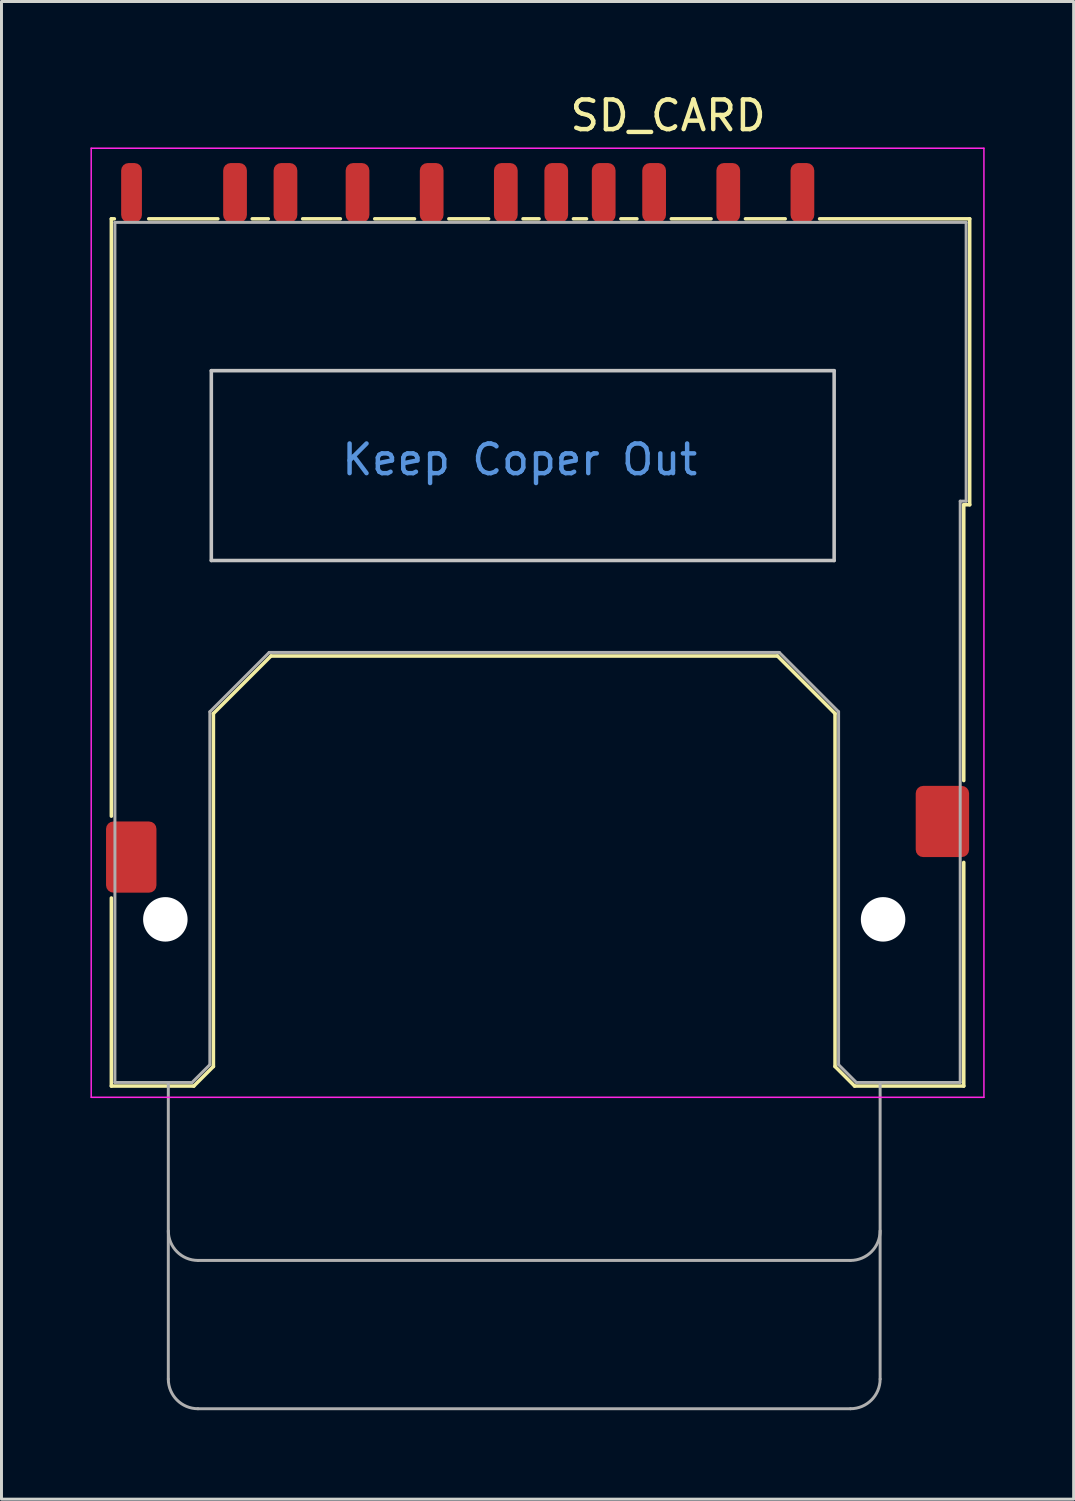
<source format=kicad_pcb>
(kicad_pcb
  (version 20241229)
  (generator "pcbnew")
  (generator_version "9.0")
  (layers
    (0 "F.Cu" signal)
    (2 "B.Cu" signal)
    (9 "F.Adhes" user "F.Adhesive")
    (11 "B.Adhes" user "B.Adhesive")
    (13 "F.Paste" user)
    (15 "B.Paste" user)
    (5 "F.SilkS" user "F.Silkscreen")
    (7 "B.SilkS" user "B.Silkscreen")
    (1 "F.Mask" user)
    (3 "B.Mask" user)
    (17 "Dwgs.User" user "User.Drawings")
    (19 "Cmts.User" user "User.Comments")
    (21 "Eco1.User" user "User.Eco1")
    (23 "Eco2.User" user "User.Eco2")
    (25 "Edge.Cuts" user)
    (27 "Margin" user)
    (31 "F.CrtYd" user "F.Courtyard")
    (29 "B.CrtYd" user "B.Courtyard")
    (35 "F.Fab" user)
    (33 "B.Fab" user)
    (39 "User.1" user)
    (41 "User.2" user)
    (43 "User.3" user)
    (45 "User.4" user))
  (footprint "SD_CARD"
    (layer "F.Cu")
    (at 21.475 3.448)
    (property "Reference" "SD_CARD" (at -2 -2.6 0) (layer "F.SilkS") (effects (font (size 1 1) (thickness 0.15))))
    (attr through_hole)
    (fp_line (start -20.77 0.88) (end -20.77 21.02) (stroke (width 0.12) (type solid)) (layer "F.SilkS"))
    (fp_line (start -20.77 23.78) (end -20.77 30.12) (stroke (width 0.12) (type solid)) (layer "F.SilkS"))
    (fp_line (start -20.77 30.12) (end -17.99 30.12) (stroke (width 0.12) (type solid)) (layer "F.SilkS"))
    (fp_line (start -20.67 0.88) (end -20.77 0.88) (stroke (width 0.12) (type solid)) (layer "F.SilkS"))
    (fp_line (start -17.33 29.46) (end -17.99 30.12) (stroke (width 0.12) (type solid)) (layer "F.SilkS"))
    (fp_line (start -17.33 29.46) (end -17.33 17.56) (stroke (width 0.12) (type solid)) (layer "F.SilkS"))
    (fp_line (start -17.18 0.88) (end -19.51 0.88) (stroke (width 0.12) (type solid)) (layer "F.SilkS"))
    (fp_line (start -15.48 0.88) (end -16.02 0.88) (stroke (width 0.12) (type solid)) (layer "F.SilkS"))
    (fp_line (start -15.39 15.62) (end -17.33 17.56) (stroke (width 0.12) (type solid)) (layer "F.SilkS"))
    (fp_line (start -15.39 15.62) (end 1.69 15.62) (stroke (width 0.12) (type solid)) (layer "F.SilkS"))
    (fp_line (start -13.05 0.88) (end -14.32 0.88) (stroke (width 0.12) (type solid)) (layer "F.SilkS"))
    (fp_line (start -10.55 0.88) (end -11.89 0.88) (stroke (width 0.12) (type solid)) (layer "F.SilkS"))
    (fp_line (start -8.05 0.88) (end -9.39 0.88) (stroke (width 0.12) (type solid)) (layer "F.SilkS"))
    (fp_line (start -6.35 0.88) (end -6.89 0.88) (stroke (width 0.12) (type solid)) (layer "F.SilkS"))
    (fp_line (start -4.75 0.88) (end -5.19 0.88) (stroke (width 0.12) (type solid)) (layer "F.SilkS"))
    (fp_line (start -3.05 0.88) (end -3.59 0.88) (stroke (width 0.12) (type solid)) (layer "F.SilkS"))
    (fp_line (start -0.55 0.88) (end -1.89 0.88) (stroke (width 0.12) (type solid)) (layer "F.SilkS"))
    (fp_line (start 1.69 15.62) (end 3.63 17.56) (stroke (width 0.12) (type solid)) (layer "F.SilkS"))
    (fp_line (start 1.95 0.88) (end 0.61 0.88) (stroke (width 0.12) (type solid)) (layer "F.SilkS"))
    (fp_line (start 3.63 29.46) (end 3.63 17.56) (stroke (width 0.12) (type solid)) (layer "F.SilkS"))
    (fp_line (start 3.63 29.46) (end 4.29 30.12) (stroke (width 0.12) (type solid)) (layer "F.SilkS"))
    (fp_line (start 7.97 10.52) (end 7.97 19.82) (stroke (width 0.12) (type solid)) (layer "F.SilkS"))
    (fp_line (start 7.97 10.52) (end 8.17 10.52) (stroke (width 0.12) (type solid)) (layer "F.SilkS"))
    (fp_line (start 7.97 22.58) (end 7.97 30.12) (stroke (width 0.12) (type solid)) (layer "F.SilkS"))
    (fp_line (start 7.97 30.12) (end 4.29 30.12) (stroke (width 0.12) (type solid)) (layer "F.SilkS"))
    (fp_line (start 8.17 0.88) (end 3.11 0.88) (stroke (width 0.12) (type solid)) (layer "F.SilkS"))
    (fp_line (start 8.17 10.52) (end 8.17 0.88) (stroke (width 0.12) (type solid)) (layer "F.SilkS"))
    (fp_line (start -17.4 6) (end 3.6 6) (stroke (width 0.12) (type solid)) (layer "Dwgs.User"))
    (fp_line (start -17.4 12.4) (end -17.4 6) (stroke (width 0.12) (type solid)) (layer "Dwgs.User"))
    (fp_line (start 3.6 6) (end 3.6 12.4) (stroke (width 0.12) (type solid)) (layer "Dwgs.User"))
    (fp_line (start 3.6 12.4) (end -17.4 12.4) (stroke (width 0.12) (type solid)) (layer "Dwgs.User"))
    (fp_line (start -21.45 -1.5) (end 8.65 -1.5) (stroke (width 0.05) (type solid)) (layer "F.CrtYd"))
    (fp_line (start -21.45 30.5) (end -21.45 -1.5) (stroke (width 0.05) (type solid)) (layer "F.CrtYd"))
    (fp_line (start 8.65 -1.5) (end 8.65 30.5) (stroke (width 0.05) (type solid)) (layer "F.CrtYd"))
    (fp_line (start 8.65 30.5) (end -21.45 30.5) (stroke (width 0.05) (type solid)) (layer "F.CrtYd"))
    (fp_line (start -20.65 1) (end -20.65 30) (stroke (width 0.1) (type solid)) (layer "F.Fab"))
    (fp_line (start -20.65 30) (end -18.05 30) (stroke (width 0.1) (type solid)) (layer "F.Fab"))
    (fp_line (start -18.85 30) (end -18.85 40) (stroke (width 0.1) (type solid)) (layer "F.Fab"))
    (fp_line (start -17.85 36) (end 4.15 36) (stroke (width 0.1) (type solid)) (layer "F.Fab"))
    (fp_line (start -17.85 41) (end 4.15 41) (stroke (width 0.1) (type solid)) (layer "F.Fab"))
    (fp_line (start -17.45 29.4) (end -18.05 30) (stroke (width 0.1) (type solid)) (layer "F.Fab"))
    (fp_line (start -17.45 29.4) (end -17.45 17.5) (stroke (width 0.1) (type solid)) (layer "F.Fab"))
    (fp_line (start -15.45 15.5) (end -17.45 17.5) (stroke (width 0.1) (type solid)) (layer "F.Fab"))
    (fp_line (start -15.45 15.5) (end 1.75 15.5) (stroke (width 0.1) (type solid)) (layer "F.Fab"))
    (fp_line (start 3.75 17.5) (end 1.75 15.5) (stroke (width 0.1) (type solid)) (layer "F.Fab"))
    (fp_line (start 3.75 17.5) (end 3.75 29.4) (stroke (width 0.1) (type solid)) (layer "F.Fab"))
    (fp_line (start 4.35 30) (end 3.75 29.4) (stroke (width 0.1) (type solid)) (layer "F.Fab"))
    (fp_line (start 4.35 30) (end 7.85 30) (stroke (width 0.1) (type solid)) (layer "F.Fab"))
    (fp_line (start 5.15 40) (end 5.15 30) (stroke (width 0.1) (type solid)) (layer "F.Fab"))
    (fp_line (start 7.85 10.4) (end 8.05 10.4) (stroke (width 0.1) (type solid)) (layer "F.Fab"))
    (fp_line (start 7.85 30) (end 7.85 10.4) (stroke (width 0.1) (type solid)) (layer "F.Fab"))
    (fp_line (start 8.05 1) (end -20.65 1) (stroke (width 0.1) (type solid)) (layer "F.Fab"))
    (fp_line (start 8.05 10.4) (end 8.05 1) (stroke (width 0.1) (type solid)) (layer "F.Fab"))
    (fp_arc (start -17.85 36) (mid -18.557107 35.707107) (end -18.85 35) (stroke (width 0.1) (type solid)) (layer "F.Fab"))
    (fp_arc (start -17.85 41) (mid -18.557107 40.707107) (end -18.85 40) (stroke (width 0.1) (type solid)) (layer "F.Fab"))
    (fp_arc (start 5.15 35) (mid 4.857107 35.707107) (end 4.15 36) (stroke (width 0.1) (type solid)) (layer "F.Fab"))
    (fp_arc (start 5.15 40) (mid 4.857107 40.707107) (end 4.15 41) (stroke (width 0.1) (type solid)) (layer "F.Fab"))
    (fp_text user "Keep Coper Out" (at -7 9 0) (layer "Cmts.User") (effects (font (size 1 1) (thickness 0.15))))
    (pad "" np_thru_hole circle (at -18.95 24.5 180) (size 1.5 1.5) (drill 1.5) (layers "*.Cu" "*.Mask"))
    (pad "" np_thru_hole circle (at 5.25 24.5 180) (size 1.5 1.5) (drill 1.5) (layers "*.Cu" "*.Mask"))
    (pad "1" smd roundrect (at 0.03 0 180) (size 0.8 2) (layers "F.Cu" "F.Mask" "F.Paste") (roundrect_rratio 0.313))
    (pad "2" smd roundrect (at -2.47 0 180) (size 0.8 2) (layers "F.Cu" "F.Mask" "F.Paste") (roundrect_rratio 0.313))
    (pad "3" smd roundrect (at -5.77 0 180) (size 0.8 2) (layers "F.Cu" "F.Mask" "F.Paste") (roundrect_rratio 0.313))
    (pad "4" smd roundrect (at -7.47 0 180) (size 0.8 2) (layers "F.Cu" "F.Mask" "F.Paste") (roundrect_rratio 0.313))
    (pad "5" smd roundrect (at -9.97 0 180) (size 0.8 2) (layers "F.Cu" "F.Mask" "F.Paste") (roundrect_rratio 0.313))
    (pad "6" smd roundrect (at -12.47 0 180) (size 0.8 2) (layers "F.Cu" "F.Mask" "F.Paste") (roundrect_rratio 0.313))
    (pad "7" smd roundrect (at -14.9 0 180) (size 0.8 2) (layers "F.Cu" "F.Mask" "F.Paste") (roundrect_rratio 0.313))
    (pad "8" smd roundrect (at -16.6 0 180) (size 0.8 2) (layers "F.Cu" "F.Mask" "F.Paste") (roundrect_rratio 0.313))
    (pad "9" smd roundrect (at 2.53 0 180) (size 0.8 2) (layers "F.Cu" "F.Mask" "F.Paste") (roundrect_rratio 0.313))
    (pad "10" smd roundrect (at -4.17 0 180) (size 0.8 2) (layers "F.Cu" "F.Mask" "F.Paste") (roundrect_rratio 0.313))
    (pad "11" smd roundrect (at -20.09 0 180) (size 0.7 2) (layers "F.Cu" "F.Mask" "F.Paste") (roundrect_rratio 0.357))
    (pad "12" smd roundrect (at -20.1 22.4 180) (size 1.7 2.4) (layers "F.Cu" "F.Mask" "F.Paste") (roundrect_rratio 0.147))
    (pad "13" smd roundrect (at 7.25 21.2 180) (size 1.8 2.4) (layers "F.Cu" "F.Mask" "F.Paste") (roundrect_rratio 0.139)))
  (gr_rect
    (start -3 -3)
    (end 33.15 47.498)
    (stroke (width 0.1) (type default))
    (fill no)
    (layer "Edge.Cuts")))
</source>
